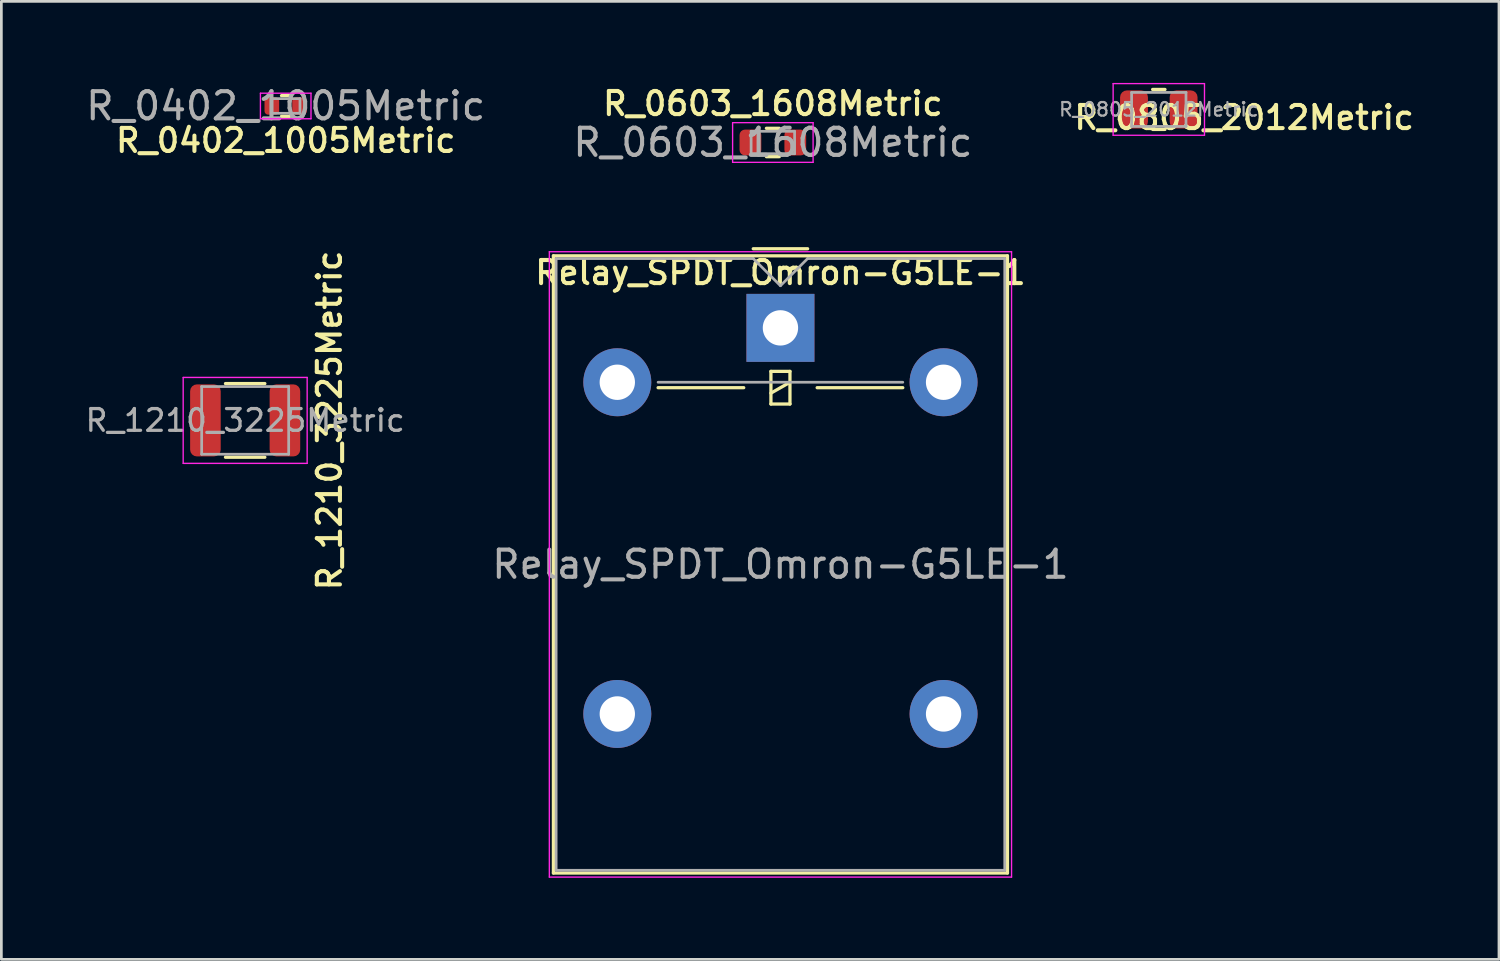
<source format=kicad_pcb>
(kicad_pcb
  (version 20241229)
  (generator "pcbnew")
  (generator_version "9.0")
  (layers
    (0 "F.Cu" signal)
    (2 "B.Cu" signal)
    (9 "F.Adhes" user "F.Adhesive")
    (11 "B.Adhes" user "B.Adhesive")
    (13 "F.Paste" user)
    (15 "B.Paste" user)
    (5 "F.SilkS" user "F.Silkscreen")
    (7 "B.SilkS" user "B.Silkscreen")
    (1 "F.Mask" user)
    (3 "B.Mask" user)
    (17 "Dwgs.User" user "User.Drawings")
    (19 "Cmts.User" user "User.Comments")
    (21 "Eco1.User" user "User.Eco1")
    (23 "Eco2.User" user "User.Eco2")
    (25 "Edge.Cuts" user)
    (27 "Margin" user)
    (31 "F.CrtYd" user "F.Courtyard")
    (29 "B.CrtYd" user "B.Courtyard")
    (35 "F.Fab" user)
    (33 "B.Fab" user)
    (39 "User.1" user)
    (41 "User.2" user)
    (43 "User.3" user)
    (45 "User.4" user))
  (footprint "R_0402_1005Metric"
    (layer "F.Cu")
    (at 7.458 0.848)
    (property "Reference" "R_0402_1005Metric" (at 0.002 1.27 0) (layer "F.SilkS") (effects (font (size 0.85 0.85) (thickness 0.15))))
    (attr smd)
    (fp_line (start -0.154 -0.38) (end 0.154 -0.38) (stroke (width 0.12) (type solid)) (layer "F.SilkS"))
    (fp_line (start -0.154 0.38) (end 0.154 0.38) (stroke (width 0.12) (type solid)) (layer "F.SilkS"))
    (fp_line (start -0.93 -0.47) (end 0.93 -0.47) (stroke (width 0.05) (type solid)) (layer "F.CrtYd"))
    (fp_line (start -0.93 0.47) (end -0.93 -0.47) (stroke (width 0.05) (type solid)) (layer "F.CrtYd"))
    (fp_line (start 0.93 -0.47) (end 0.93 0.47) (stroke (width 0.05) (type solid)) (layer "F.CrtYd"))
    (fp_line (start 0.93 0.47) (end -0.93 0.47) (stroke (width 0.05) (type solid)) (layer "F.CrtYd"))
    (fp_line (start -0.525 -0.27) (end 0.525 -0.27) (stroke (width 0.1) (type solid)) (layer "F.Fab"))
    (fp_line (start -0.525 0.27) (end -0.525 -0.27) (stroke (width 0.1) (type solid)) (layer "F.Fab"))
    (fp_line (start 0.525 -0.27) (end 0.525 0.27) (stroke (width 0.1) (type solid)) (layer "F.Fab"))
    (fp_line (start 0.525 0.27) (end -0.525 0.27) (stroke (width 0.1) (type solid)) (layer "F.Fab"))
    (fp_text user "${REFERENCE}" (at 0 0 0) (layer "F.Fab") (effects (font (size 1 1) (thickness 0.15))))
    (pad "1" smd roundrect (at -0.51 0) (size 0.54 0.64) (layers "F.Cu" "F.Mask" "F.Paste") (roundrect_rratio 0.25))
    (pad "2" smd roundrect (at 0.51 0) (size 0.54 0.64) (layers "F.Cu" "F.Mask" "F.Paste") (roundrect_rratio 0.25)))
  (footprint "Relay_SPDT_Omron-G5LE-1"
    (layer "F.Cu")
    (at 25.654 9.009)
    (property "Reference" "Relay_SPDT_Omron-G5LE-1" (at 0 -2.032 180) (layer "F.SilkS") (effects (font (size 0.85 0.85) (thickness 0.15))))
    (attr through_hole)
    (fp_line (start -8.35 -2.65) (end -8.35 20.05) (stroke (width 0.12) (type solid)) (layer "F.SilkS"))
    (fp_line (start -8.35 20.05) (end 8.35 20.05) (stroke (width 0.12) (type solid)) (layer "F.SilkS"))
    (fp_line (start -4.5 2.2) (end -1.35 2.2) (stroke (width 0.12) (type solid)) (layer "F.SilkS"))
    (fp_line (start -1 -2.91) (end 1 -2.91) (stroke (width 0.12) (type solid)) (layer "F.SilkS"))
    (fp_line (start -0.35 1.6) (end -0.35 2.8) (stroke (width 0.12) (type solid)) (layer "F.SilkS"))
    (fp_line (start -0.35 2.4) (end 0.35 2) (stroke (width 0.12) (type solid)) (layer "F.SilkS"))
    (fp_line (start -0.35 2.8) (end 0.35 2.8) (stroke (width 0.12) (type solid)) (layer "F.SilkS"))
    (fp_line (start 0.35 1.6) (end -0.35 1.6) (stroke (width 0.12) (type solid)) (layer "F.SilkS"))
    (fp_line (start 0.35 2.8) (end 0.35 1.6) (stroke (width 0.12) (type solid)) (layer "F.SilkS"))
    (fp_line (start 1.35 2.2) (end 4.5 2.2) (stroke (width 0.12) (type solid)) (layer "F.SilkS"))
    (fp_line (start 8.35 -2.65) (end -8.35 -2.65) (stroke (width 0.12) (type solid)) (layer "F.SilkS"))
    (fp_line (start 8.35 20.05) (end 8.35 -2.65) (stroke (width 0.12) (type solid)) (layer "F.SilkS"))
    (fp_line (start -8.5 -2.8) (end -8.5 20.2) (stroke (width 0.05) (type solid)) (layer "F.CrtYd"))
    (fp_line (start -8.5 20.2) (end 8.5 20.2) (stroke (width 0.05) (type solid)) (layer "F.CrtYd"))
    (fp_line (start 8.5 -2.8) (end -8.5 -2.8) (stroke (width 0.05) (type solid)) (layer "F.CrtYd"))
    (fp_line (start 8.5 20.2) (end 8.5 -2.8) (stroke (width 0.05) (type solid)) (layer "F.CrtYd"))
    (fp_line (start -8.25 -2.55) (end -1 -2.55) (stroke (width 0.1) (type solid)) (layer "F.Fab"))
    (fp_line (start -8.25 19.95) (end -8.25 -2.55) (stroke (width 0.1) (type solid)) (layer "F.Fab"))
    (fp_line (start -4.5 2) (end 4.5 2) (stroke (width 0.1) (type solid)) (layer "F.Fab"))
    (fp_line (start -1 -2.55) (end 0 -1.55) (stroke (width 0.1) (type solid)) (layer "F.Fab"))
    (fp_line (start 0 -1.55) (end 1 -2.55) (stroke (width 0.1) (type solid)) (layer "F.Fab"))
    (fp_line (start 1 -2.55) (end 8.25 -2.55) (stroke (width 0.1) (type solid)) (layer "F.Fab"))
    (fp_line (start 8.25 -2.55) (end 8.25 19.95) (stroke (width 0.1) (type solid)) (layer "F.Fab"))
    (fp_line (start 8.25 19.95) (end -8.25 19.95) (stroke (width 0.1) (type solid)) (layer "F.Fab"))
    (fp_text user "${REFERENCE}" (at 0 8.7 180) (layer "F.Fab") (effects (font (size 1 1) (thickness 0.15))))
    (pad "1" thru_hole rect (at 0 0) (size 2.5 2.5) (drill 1.3) (layers "*.Cu" "*.Mask"))
    (pad "2" thru_hole oval (at -6 2) (size 2.5 2.5) (drill 1.3) (layers "*.Cu" "*.Mask"))
    (pad "3" thru_hole oval (at -6 14.2) (size 2.5 2.5) (drill 1.3) (layers "*.Cu" "*.Mask"))
    (pad "4" thru_hole oval (at 6 14.2) (size 2.5 2.5) (drill 1.3) (layers "*.Cu" "*.Mask"))
    (pad "5" thru_hole oval (at 6 2) (size 2.5 2.5) (drill 1.3) (layers "*.Cu" "*.Mask")))
  (footprint "R_0805_2012Metric"
    (layer "F.Cu")
    (at 39.57 0.975)
    (property "Reference" "R_0805_2012Metric" (at 3.138 0.3 0) (layer "F.SilkS") (effects (font (size 0.85 0.85) (thickness 0.15))))
    (attr smd)
    (fp_line (start -0.227 -0.735) (end 0.227 -0.735) (stroke (width 0.12) (type solid)) (layer "F.SilkS"))
    (fp_line (start -0.227 0.735) (end 0.227 0.735) (stroke (width 0.12) (type solid)) (layer "F.SilkS"))
    (fp_line (start -1.68 -0.95) (end 1.68 -0.95) (stroke (width 0.05) (type solid)) (layer "F.CrtYd"))
    (fp_line (start -1.68 0.95) (end -1.68 -0.95) (stroke (width 0.05) (type solid)) (layer "F.CrtYd"))
    (fp_line (start 1.68 -0.95) (end 1.68 0.95) (stroke (width 0.05) (type solid)) (layer "F.CrtYd"))
    (fp_line (start 1.68 0.95) (end -1.68 0.95) (stroke (width 0.05) (type solid)) (layer "F.CrtYd"))
    (fp_line (start -1 -0.625) (end 1 -0.625) (stroke (width 0.1) (type solid)) (layer "F.Fab"))
    (fp_line (start -1 0.625) (end -1 -0.625) (stroke (width 0.1) (type solid)) (layer "F.Fab"))
    (fp_line (start 1 -0.625) (end 1 0.625) (stroke (width 0.1) (type solid)) (layer "F.Fab"))
    (fp_line (start 1 0.625) (end -1 0.625) (stroke (width 0.1) (type solid)) (layer "F.Fab"))
    (fp_text user "${REFERENCE}" (at 0 0 0) (layer "F.Fab") (effects (font (size 0.5 0.5) (thickness 0.08))))
    (pad "1" smd roundrect (at -0.912 0 180) (size 1.025 1.4) (layers "F.Cu" "F.Mask" "F.Paste") (roundrect_rratio 0.244))
    (pad "2" smd roundrect (at 0.912 0 180) (size 1.025 1.4) (layers "F.Cu" "F.Mask" "F.Paste") (roundrect_rratio 0.244)))
  (footprint "R_1210_3225Metric"
    (layer "F.Cu")
    (at 5.967 12.412)
    (property "Reference" "R_1210_3225Metric" (at 3.1 0 90) (layer "F.SilkS") (effects (font (size 0.85 0.85) (thickness 0.15))))
    (attr smd)
    (fp_line (start -0.724 -1.355) (end 0.724 -1.355) (stroke (width 0.12) (type solid)) (layer "F.SilkS"))
    (fp_line (start -0.724 1.355) (end 0.724 1.355) (stroke (width 0.12) (type solid)) (layer "F.SilkS"))
    (fp_line (start -2.28 -1.58) (end 2.28 -1.58) (stroke (width 0.05) (type solid)) (layer "F.CrtYd"))
    (fp_line (start -2.28 1.58) (end -2.28 -1.58) (stroke (width 0.05) (type solid)) (layer "F.CrtYd"))
    (fp_line (start 2.28 -1.58) (end 2.28 1.58) (stroke (width 0.05) (type solid)) (layer "F.CrtYd"))
    (fp_line (start 2.28 1.58) (end -2.28 1.58) (stroke (width 0.05) (type solid)) (layer "F.CrtYd"))
    (fp_line (start -1.6 -1.245) (end 1.6 -1.245) (stroke (width 0.1) (type solid)) (layer "F.Fab"))
    (fp_line (start -1.6 1.245) (end -1.6 -1.245) (stroke (width 0.1) (type solid)) (layer "F.Fab"))
    (fp_line (start 1.6 -1.245) (end 1.6 1.245) (stroke (width 0.1) (type solid)) (layer "F.Fab"))
    (fp_line (start 1.6 1.245) (end -1.6 1.245) (stroke (width 0.1) (type solid)) (layer "F.Fab"))
    (fp_text user "${REFERENCE}" (at 0 0 0) (layer "F.Fab") (effects (font (size 0.8 0.8) (thickness 0.12))))
    (pad "1" smd roundrect (at -1.462 0 180) (size 1.125 2.65) (layers "F.Cu" "F.Mask" "F.Paste") (roundrect_rratio 0.222))
    (pad "2" smd roundrect (at 1.462 0 180) (size 1.125 2.65) (layers "F.Cu" "F.Mask" "F.Paste") (roundrect_rratio 0.222)))
  (footprint "R_0603_1608Metric"
    (layer "F.Cu")
    (at 25.375 2.191)
    (property "Reference" "R_0603_1608Metric" (at 0 -1.43 180) (layer "F.SilkS") (effects (font (size 0.85 0.85) (thickness 0.15))))
    (attr smd)
    (fp_line (start -0.237 -0.522) (end 0.237 -0.522) (stroke (width 0.12) (type solid)) (layer "F.SilkS"))
    (fp_line (start -0.237 0.522) (end 0.237 0.522) (stroke (width 0.12) (type solid)) (layer "F.SilkS"))
    (fp_line (start -1.48 -0.73) (end 1.48 -0.73) (stroke (width 0.05) (type solid)) (layer "F.CrtYd"))
    (fp_line (start -1.48 0.73) (end -1.48 -0.73) (stroke (width 0.05) (type solid)) (layer "F.CrtYd"))
    (fp_line (start 1.48 -0.73) (end 1.48 0.73) (stroke (width 0.05) (type solid)) (layer "F.CrtYd"))
    (fp_line (start 1.48 0.73) (end -1.48 0.73) (stroke (width 0.05) (type solid)) (layer "F.CrtYd"))
    (fp_line (start -0.8 -0.412) (end 0.8 -0.412) (stroke (width 0.1) (type solid)) (layer "F.Fab"))
    (fp_line (start -0.8 0.412) (end -0.8 -0.412) (stroke (width 0.1) (type solid)) (layer "F.Fab"))
    (fp_line (start 0.8 -0.412) (end 0.8 0.412) (stroke (width 0.1) (type solid)) (layer "F.Fab"))
    (fp_line (start 0.8 0.412) (end -0.8 0.412) (stroke (width 0.1) (type solid)) (layer "F.Fab"))
    (fp_text user "${REFERENCE}" (at 0 0 180) (layer "F.Fab") (effects (font (size 1 1) (thickness 0.15))))
    (pad "1" smd roundrect (at -0.825 0) (size 0.8 0.95) (layers "F.Cu" "F.Mask" "F.Paste") (roundrect_rratio 0.25))
    (pad "2" smd roundrect (at 0.825 0) (size 0.8 0.95) (layers "F.Cu" "F.Mask" "F.Paste") (roundrect_rratio 0.25)))
  (gr_rect
    (start -3 -3)
    (end 52.081 32.234)
    (stroke (width 0.1) (type default))
    (fill no)
    (layer "Edge.Cuts")))
</source>
